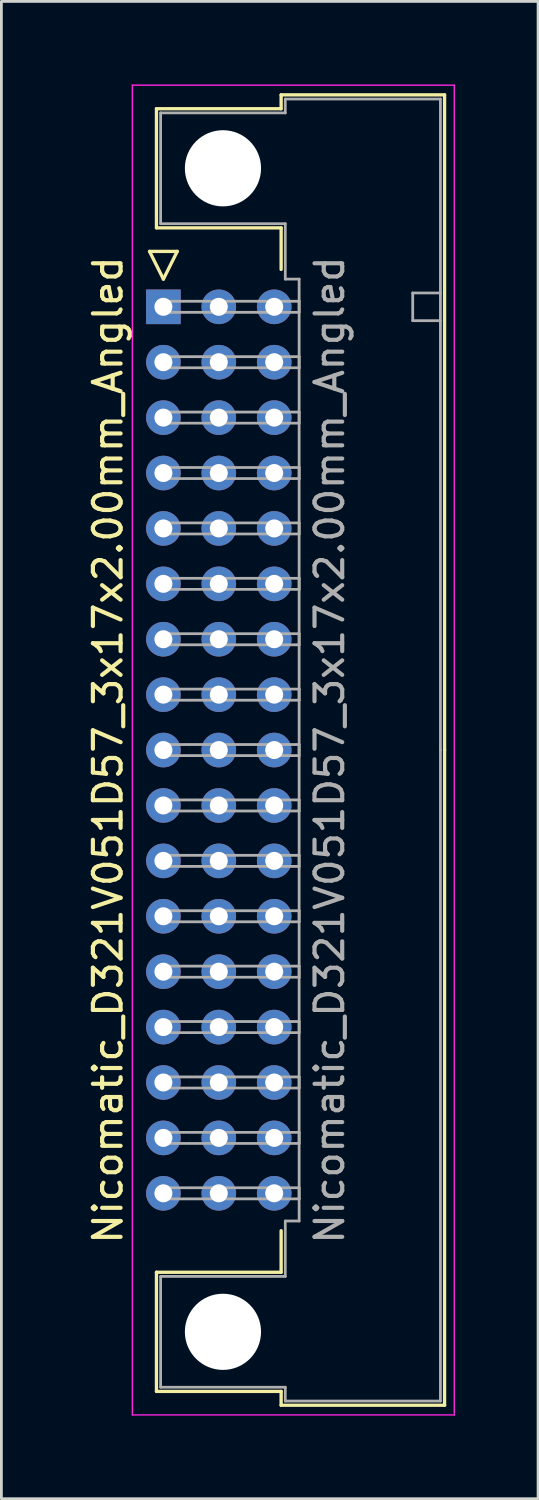
<source format=kicad_pcb>
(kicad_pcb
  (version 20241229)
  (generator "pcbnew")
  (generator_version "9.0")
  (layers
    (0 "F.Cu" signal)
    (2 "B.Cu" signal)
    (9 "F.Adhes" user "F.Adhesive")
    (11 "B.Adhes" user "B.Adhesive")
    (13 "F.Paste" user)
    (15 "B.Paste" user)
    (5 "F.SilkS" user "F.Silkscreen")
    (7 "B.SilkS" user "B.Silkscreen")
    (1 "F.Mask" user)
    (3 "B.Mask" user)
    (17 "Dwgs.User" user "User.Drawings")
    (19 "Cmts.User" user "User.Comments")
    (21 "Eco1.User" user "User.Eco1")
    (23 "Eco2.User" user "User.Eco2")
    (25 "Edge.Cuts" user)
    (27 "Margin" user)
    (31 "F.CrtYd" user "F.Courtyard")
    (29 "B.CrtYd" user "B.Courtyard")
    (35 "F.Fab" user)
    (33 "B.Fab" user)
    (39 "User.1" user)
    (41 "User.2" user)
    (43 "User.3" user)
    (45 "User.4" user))
  (footprint "Nicomatic_D321V051D57_3x17x2.00mm_Angled"
    (layer "F.Cu")
    (at 2.848 8.025)
    (property "Reference" "Nicomatic_D321V051D57_3x17x2.00mm_Angled" (at -2 16 90) (layer "F.SilkS") (effects (font (size 1 1) (thickness 0.15))))
    (attr through_hole)
    (fp_line (start -0.5 -2) (end 0 -1) (stroke (width 0.12) (type solid)) (layer "F.SilkS"))
    (fp_line (start -0.25 -7.15) (end -0.25 -2.85) (stroke (width 0.12) (type solid)) (layer "F.SilkS"))
    (fp_line (start -0.25 -2.85) (end 4.25 -2.85) (stroke (width 0.12) (type solid)) (layer "F.SilkS"))
    (fp_line (start -0.25 34.85) (end 4.25 34.85) (stroke (width 0.12) (type solid)) (layer "F.SilkS"))
    (fp_line (start -0.25 39.15) (end -0.25 34.85) (stroke (width 0.12) (type solid)) (layer "F.SilkS"))
    (fp_line (start 0 -1) (end 0.5 -2) (stroke (width 0.12) (type solid)) (layer "F.SilkS"))
    (fp_line (start 0.5 -2) (end -0.5 -2) (stroke (width 0.12) (type solid)) (layer "F.SilkS"))
    (fp_line (start 4.25 -7.65) (end 4.25 -7.15) (stroke (width 0.12) (type solid)) (layer "F.SilkS"))
    (fp_line (start 4.25 -7.15) (end -0.25 -7.15) (stroke (width 0.12) (type solid)) (layer "F.SilkS"))
    (fp_line (start 4.25 -2.85) (end 4.25 -1.35) (stroke (width 0.12) (type solid)) (layer "F.SilkS"))
    (fp_line (start 4.25 34.85) (end 4.25 33.35) (stroke (width 0.12) (type solid)) (layer "F.SilkS"))
    (fp_line (start 4.25 39.15) (end -0.25 39.15) (stroke (width 0.12) (type solid)) (layer "F.SilkS"))
    (fp_line (start 4.25 39.65) (end 4.25 39.15) (stroke (width 0.12) (type solid)) (layer "F.SilkS"))
    (fp_line (start 10.15 -7.65) (end 4.25 -7.65) (stroke (width 0.12) (type solid)) (layer "F.SilkS"))
    (fp_line (start 10.15 16) (end 10.15 -7.65) (stroke (width 0.12) (type solid)) (layer "F.SilkS"))
    (fp_line (start 10.15 16) (end 10.15 39.65) (stroke (width 0.12) (type solid)) (layer "F.SilkS"))
    (fp_line (start 10.15 39.65) (end 4.25 39.65) (stroke (width 0.12) (type solid)) (layer "F.SilkS"))
    (fp_line (start -1.12 -8) (end -1.12 40) (stroke (width 0.05) (type solid)) (layer "F.CrtYd"))
    (fp_line (start -1.12 40) (end 10.5 40) (stroke (width 0.05) (type solid)) (layer "F.CrtYd"))
    (fp_line (start 10.5 -8) (end -1.12 -8) (stroke (width 0.05) (type solid)) (layer "F.CrtYd"))
    (fp_line (start 10.5 40) (end 10.5 -8) (stroke (width 0.05) (type solid)) (layer "F.CrtYd"))
    (fp_line (start -0.1 -7) (end -0.1 -3) (stroke (width 0.1) (type solid)) (layer "F.Fab"))
    (fp_line (start -0.1 -3) (end 4.4 -3) (stroke (width 0.1) (type solid)) (layer "F.Fab"))
    (fp_line (start -0.1 35) (end 4.4 35) (stroke (width 0.1) (type solid)) (layer "F.Fab"))
    (fp_line (start -0.1 39) (end -0.1 35) (stroke (width 0.1) (type solid)) (layer "F.Fab"))
    (fp_line (start 0 -0.2) (end 0 0.2) (stroke (width 0.1) (type solid)) (layer "F.Fab"))
    (fp_line (start 0 0.2) (end 4.9 0.2) (stroke (width 0.1) (type solid)) (layer "F.Fab"))
    (fp_line (start 0 1.8) (end 0 2.2) (stroke (width 0.1) (type solid)) (layer "F.Fab"))
    (fp_line (start 0 2.2) (end 4.9 2.2) (stroke (width 0.1) (type solid)) (layer "F.Fab"))
    (fp_line (start 0 3.8) (end 0 4.2) (stroke (width 0.1) (type solid)) (layer "F.Fab"))
    (fp_line (start 0 4.2) (end 4.9 4.2) (stroke (width 0.1) (type solid)) (layer "F.Fab"))
    (fp_line (start 0 5.8) (end 0 6.2) (stroke (width 0.1) (type solid)) (layer "F.Fab"))
    (fp_line (start 0 6.2) (end 4.9 6.2) (stroke (width 0.1) (type solid)) (layer "F.Fab"))
    (fp_line (start 0 7.8) (end 0 8.2) (stroke (width 0.1) (type solid)) (layer "F.Fab"))
    (fp_line (start 0 8.2) (end 4.9 8.2) (stroke (width 0.1) (type solid)) (layer "F.Fab"))
    (fp_line (start 0 9.8) (end 0 10.2) (stroke (width 0.1) (type solid)) (layer "F.Fab"))
    (fp_line (start 0 10.2) (end 4.9 10.2) (stroke (width 0.1) (type solid)) (layer "F.Fab"))
    (fp_line (start 0 11.8) (end 0 12.2) (stroke (width 0.1) (type solid)) (layer "F.Fab"))
    (fp_line (start 0 12.2) (end 4.9 12.2) (stroke (width 0.1) (type solid)) (layer "F.Fab"))
    (fp_line (start 0 13.8) (end 0 14.2) (stroke (width 0.1) (type solid)) (layer "F.Fab"))
    (fp_line (start 0 14.2) (end 4.9 14.2) (stroke (width 0.1) (type solid)) (layer "F.Fab"))
    (fp_line (start 0 15.8) (end 0 16.2) (stroke (width 0.1) (type solid)) (layer "F.Fab"))
    (fp_line (start 0 16.2) (end 4.9 16.2) (stroke (width 0.1) (type solid)) (layer "F.Fab"))
    (fp_line (start 0 17.8) (end 0 18.2) (stroke (width 0.1) (type solid)) (layer "F.Fab"))
    (fp_line (start 0 18.2) (end 4.9 18.2) (stroke (width 0.1) (type solid)) (layer "F.Fab"))
    (fp_line (start 0 19.8) (end 0 20.2) (stroke (width 0.1) (type solid)) (layer "F.Fab"))
    (fp_line (start 0 20.2) (end 4.9 20.2) (stroke (width 0.1) (type solid)) (layer "F.Fab"))
    (fp_line (start 0 21.8) (end 0 22.2) (stroke (width 0.1) (type solid)) (layer "F.Fab"))
    (fp_line (start 0 22.2) (end 4.9 22.2) (stroke (width 0.1) (type solid)) (layer "F.Fab"))
    (fp_line (start 0 23.8) (end 0 24.2) (stroke (width 0.1) (type solid)) (layer "F.Fab"))
    (fp_line (start 0 24.2) (end 4.9 24.2) (stroke (width 0.1) (type solid)) (layer "F.Fab"))
    (fp_line (start 0 25.8) (end 0 26.2) (stroke (width 0.1) (type solid)) (layer "F.Fab"))
    (fp_line (start 0 26.2) (end 4.9 26.2) (stroke (width 0.1) (type solid)) (layer "F.Fab"))
    (fp_line (start 0 27.8) (end 0 28.2) (stroke (width 0.1) (type solid)) (layer "F.Fab"))
    (fp_line (start 0 28.2) (end 4.9 28.2) (stroke (width 0.1) (type solid)) (layer "F.Fab"))
    (fp_line (start 0 29.8) (end 0 30.2) (stroke (width 0.1) (type solid)) (layer "F.Fab"))
    (fp_line (start 0 30.2) (end 4.9 30.2) (stroke (width 0.1) (type solid)) (layer "F.Fab"))
    (fp_line (start 0 31.8) (end 0 32.2) (stroke (width 0.1) (type solid)) (layer "F.Fab"))
    (fp_line (start 0 32.2) (end 4.9 32.2) (stroke (width 0.1) (type solid)) (layer "F.Fab"))
    (fp_line (start 4.4 -7.5) (end 4.4 -7) (stroke (width 0.1) (type solid)) (layer "F.Fab"))
    (fp_line (start 4.4 -7) (end -0.1 -7) (stroke (width 0.1) (type solid)) (layer "F.Fab"))
    (fp_line (start 4.4 -3) (end 4.4 -1) (stroke (width 0.1) (type solid)) (layer "F.Fab"))
    (fp_line (start 4.4 -1) (end 4.9 -1) (stroke (width 0.1) (type solid)) (layer "F.Fab"))
    (fp_line (start 4.4 33) (end 4.9 33) (stroke (width 0.1) (type solid)) (layer "F.Fab"))
    (fp_line (start 4.4 35) (end 4.4 33) (stroke (width 0.1) (type solid)) (layer "F.Fab"))
    (fp_line (start 4.4 39) (end -0.1 39) (stroke (width 0.1) (type solid)) (layer "F.Fab"))
    (fp_line (start 4.4 39.5) (end 4.4 39) (stroke (width 0.1) (type solid)) (layer "F.Fab"))
    (fp_line (start 4.9 -1) (end 4.9 16) (stroke (width 0.1) (type solid)) (layer "F.Fab"))
    (fp_line (start 4.9 -0.2) (end 0 -0.2) (stroke (width 0.1) (type solid)) (layer "F.Fab"))
    (fp_line (start 4.9 0.2) (end 4.9 -0.2) (stroke (width 0.1) (type solid)) (layer "F.Fab"))
    (fp_line (start 4.9 1.8) (end 0 1.8) (stroke (width 0.1) (type solid)) (layer "F.Fab"))
    (fp_line (start 4.9 2.2) (end 4.9 1.8) (stroke (width 0.1) (type solid)) (layer "F.Fab"))
    (fp_line (start 4.9 3.8) (end 0 3.8) (stroke (width 0.1) (type solid)) (layer "F.Fab"))
    (fp_line (start 4.9 4.2) (end 4.9 3.8) (stroke (width 0.1) (type solid)) (layer "F.Fab"))
    (fp_line (start 4.9 5.8) (end 0 5.8) (stroke (width 0.1) (type solid)) (layer "F.Fab"))
    (fp_line (start 4.9 6.2) (end 4.9 5.8) (stroke (width 0.1) (type solid)) (layer "F.Fab"))
    (fp_line (start 4.9 7.8) (end 0 7.8) (stroke (width 0.1) (type solid)) (layer "F.Fab"))
    (fp_line (start 4.9 8.2) (end 4.9 7.8) (stroke (width 0.1) (type solid)) (layer "F.Fab"))
    (fp_line (start 4.9 9.8) (end 0 9.8) (stroke (width 0.1) (type solid)) (layer "F.Fab"))
    (fp_line (start 4.9 10.2) (end 4.9 9.8) (stroke (width 0.1) (type solid)) (layer "F.Fab"))
    (fp_line (start 4.9 11.8) (end 0 11.8) (stroke (width 0.1) (type solid)) (layer "F.Fab"))
    (fp_line (start 4.9 12.2) (end 4.9 11.8) (stroke (width 0.1) (type solid)) (layer "F.Fab"))
    (fp_line (start 4.9 13.8) (end 0 13.8) (stroke (width 0.1) (type solid)) (layer "F.Fab"))
    (fp_line (start 4.9 14.2) (end 4.9 13.8) (stroke (width 0.1) (type solid)) (layer "F.Fab"))
    (fp_line (start 4.9 15.8) (end 0 15.8) (stroke (width 0.1) (type solid)) (layer "F.Fab"))
    (fp_line (start 4.9 16.2) (end 4.9 15.8) (stroke (width 0.1) (type solid)) (layer "F.Fab"))
    (fp_line (start 4.9 17.8) (end 0 17.8) (stroke (width 0.1) (type solid)) (layer "F.Fab"))
    (fp_line (start 4.9 18.2) (end 4.9 17.8) (stroke (width 0.1) (type solid)) (layer "F.Fab"))
    (fp_line (start 4.9 19.8) (end 0 19.8) (stroke (width 0.1) (type solid)) (layer "F.Fab"))
    (fp_line (start 4.9 20.2) (end 4.9 19.8) (stroke (width 0.1) (type solid)) (layer "F.Fab"))
    (fp_line (start 4.9 21.8) (end 0 21.8) (stroke (width 0.1) (type solid)) (layer "F.Fab"))
    (fp_line (start 4.9 22.2) (end 4.9 21.8) (stroke (width 0.1) (type solid)) (layer "F.Fab"))
    (fp_line (start 4.9 23.8) (end 0 23.8) (stroke (width 0.1) (type solid)) (layer "F.Fab"))
    (fp_line (start 4.9 24.2) (end 4.9 23.8) (stroke (width 0.1) (type solid)) (layer "F.Fab"))
    (fp_line (start 4.9 25.8) (end 0 25.8) (stroke (width 0.1) (type solid)) (layer "F.Fab"))
    (fp_line (start 4.9 26.2) (end 4.9 25.8) (stroke (width 0.1) (type solid)) (layer "F.Fab"))
    (fp_line (start 4.9 27.8) (end 0 27.8) (stroke (width 0.1) (type solid)) (layer "F.Fab"))
    (fp_line (start 4.9 28.2) (end 4.9 27.8) (stroke (width 0.1) (type solid)) (layer "F.Fab"))
    (fp_line (start 4.9 29.8) (end 0 29.8) (stroke (width 0.1) (type solid)) (layer "F.Fab"))
    (fp_line (start 4.9 30.2) (end 4.9 29.8) (stroke (width 0.1) (type solid)) (layer "F.Fab"))
    (fp_line (start 4.9 31.8) (end 0 31.8) (stroke (width 0.1) (type solid)) (layer "F.Fab"))
    (fp_line (start 4.9 32.2) (end 4.9 31.8) (stroke (width 0.1) (type solid)) (layer "F.Fab"))
    (fp_line (start 4.9 33) (end 4.9 16) (stroke (width 0.1) (type solid)) (layer "F.Fab"))
    (fp_line (start 9 -0.5) (end 9 0.5) (stroke (width 0.1) (type solid)) (layer "F.Fab"))
    (fp_line (start 9 0.5) (end 10 0.5) (stroke (width 0.1) (type solid)) (layer "F.Fab"))
    (fp_line (start 10 -7.5) (end 4.4 -7.5) (stroke (width 0.1) (type solid)) (layer "F.Fab"))
    (fp_line (start 10 -0.5) (end 9 -0.5) (stroke (width 0.1) (type solid)) (layer "F.Fab"))
    (fp_line (start 10 16) (end 10 -7.5) (stroke (width 0.1) (type solid)) (layer "F.Fab"))
    (fp_line (start 10 16) (end 10 39.5) (stroke (width 0.1) (type solid)) (layer "F.Fab"))
    (fp_line (start 10 39.5) (end 4.4 39.5) (stroke (width 0.1) (type solid)) (layer "F.Fab"))
    (fp_text user "${REFERENCE}" (at 6 16 90) (layer "F.Fab") (effects (font (size 1 1) (thickness 0.15))))
    (pad "" np_thru_hole circle (at 2.15 -5) (size 2.75 2.75) (drill 2.75) (layers "*.Cu" "*.Mask"))
    (pad "" np_thru_hole circle (at 2.15 37) (size 2.75 2.75) (drill 2.75) (layers "*.Cu" "*.Mask"))
    (pad "1" thru_hole rect (at 0 0) (size 1.25 1.25) (drill 0.65) (layers "*.Cu" "*.Mask"))
    (pad "2" thru_hole oval (at 0 2) (size 1.25 1.25) (drill 0.65) (layers "*.Cu" "*.Mask"))
    (pad "3" thru_hole oval (at 0 4) (size 1.25 1.25) (drill 0.65) (layers "*.Cu" "*.Mask"))
    (pad "4" thru_hole oval (at 0 6) (size 1.25 1.25) (drill 0.65) (layers "*.Cu" "*.Mask"))
    (pad "5" thru_hole oval (at 0 8) (size 1.25 1.25) (drill 0.65) (layers "*.Cu" "*.Mask"))
    (pad "6" thru_hole oval (at 0 10) (size 1.25 1.25) (drill 0.65) (layers "*.Cu" "*.Mask"))
    (pad "7" thru_hole oval (at 0 12) (size 1.25 1.25) (drill 0.65) (layers "*.Cu" "*.Mask"))
    (pad "8" thru_hole oval (at 0 14) (size 1.25 1.25) (drill 0.65) (layers "*.Cu" "*.Mask"))
    (pad "9" thru_hole oval (at 0 16) (size 1.25 1.25) (drill 0.65) (layers "*.Cu" "*.Mask"))
    (pad "10" thru_hole oval (at 0 18) (size 1.25 1.25) (drill 0.65) (layers "*.Cu" "*.Mask"))
    (pad "11" thru_hole oval (at 0 20) (size 1.25 1.25) (drill 0.65) (layers "*.Cu" "*.Mask"))
    (pad "12" thru_hole oval (at 0 22) (size 1.25 1.25) (drill 0.65) (layers "*.Cu" "*.Mask"))
    (pad "13" thru_hole oval (at 0 24) (size 1.25 1.25) (drill 0.65) (layers "*.Cu" "*.Mask"))
    (pad "14" thru_hole oval (at 0 26) (size 1.25 1.25) (drill 0.65) (layers "*.Cu" "*.Mask"))
    (pad "15" thru_hole oval (at 0 28) (size 1.25 1.25) (drill 0.65) (layers "*.Cu" "*.Mask"))
    (pad "16" thru_hole oval (at 0 30) (size 1.25 1.25) (drill 0.65) (layers "*.Cu" "*.Mask"))
    (pad "17" thru_hole oval (at 0 32) (size 1.25 1.25) (drill 0.65) (layers "*.Cu" "*.Mask"))
    (pad "18" thru_hole oval (at 2 0) (size 1.25 1.25) (drill 0.65) (layers "*.Cu" "*.Mask"))
    (pad "19" thru_hole oval (at 2 2) (size 1.25 1.25) (drill 0.65) (layers "*.Cu" "*.Mask"))
    (pad "20" thru_hole oval (at 2 4) (size 1.25 1.25) (drill 0.65) (layers "*.Cu" "*.Mask"))
    (pad "21" thru_hole oval (at 2 6) (size 1.25 1.25) (drill 0.65) (layers "*.Cu" "*.Mask"))
    (pad "22" thru_hole oval (at 2 8) (size 1.25 1.25) (drill 0.65) (layers "*.Cu" "*.Mask"))
    (pad "23" thru_hole oval (at 2 10) (size 1.25 1.25) (drill 0.65) (layers "*.Cu" "*.Mask"))
    (pad "24" thru_hole oval (at 2 12) (size 1.25 1.25) (drill 0.65) (layers "*.Cu" "*.Mask"))
    (pad "25" thru_hole oval (at 2 14) (size 1.25 1.25) (drill 0.65) (layers "*.Cu" "*.Mask"))
    (pad "26" thru_hole oval (at 2 16) (size 1.25 1.25) (drill 0.65) (layers "*.Cu" "*.Mask"))
    (pad "27" thru_hole oval (at 2 18) (size 1.25 1.25) (drill 0.65) (layers "*.Cu" "*.Mask"))
    (pad "28" thru_hole oval (at 2 20) (size 1.25 1.25) (drill 0.65) (layers "*.Cu" "*.Mask"))
    (pad "29" thru_hole oval (at 2 22) (size 1.25 1.25) (drill 0.65) (layers "*.Cu" "*.Mask"))
    (pad "30" thru_hole oval (at 2 24) (size 1.25 1.25) (drill 0.65) (layers "*.Cu" "*.Mask"))
    (pad "31" thru_hole oval (at 2 26) (size 1.25 1.25) (drill 0.65) (layers "*.Cu" "*.Mask"))
    (pad "32" thru_hole oval (at 2 28) (size 1.25 1.25) (drill 0.65) (layers "*.Cu" "*.Mask"))
    (pad "33" thru_hole oval (at 2 30) (size 1.25 1.25) (drill 0.65) (layers "*.Cu" "*.Mask"))
    (pad "34" thru_hole oval (at 2 32) (size 1.25 1.25) (drill 0.65) (layers "*.Cu" "*.Mask"))
    (pad "35" thru_hole oval (at 4 0) (size 1.25 1.25) (drill 0.65) (layers "*.Cu" "*.Mask"))
    (pad "36" thru_hole oval (at 4 2) (size 1.25 1.25) (drill 0.65) (layers "*.Cu" "*.Mask"))
    (pad "37" thru_hole oval (at 4 4) (size 1.25 1.25) (drill 0.65) (layers "*.Cu" "*.Mask"))
    (pad "38" thru_hole oval (at 4 6) (size 1.25 1.25) (drill 0.65) (layers "*.Cu" "*.Mask"))
    (pad "39" thru_hole oval (at 4 8) (size 1.25 1.25) (drill 0.65) (layers "*.Cu" "*.Mask"))
    (pad "40" thru_hole oval (at 4 10) (size 1.25 1.25) (drill 0.65) (layers "*.Cu" "*.Mask"))
    (pad "41" thru_hole oval (at 4 12) (size 1.25 1.25) (drill 0.65) (layers "*.Cu" "*.Mask"))
    (pad "42" thru_hole oval (at 4 14) (size 1.25 1.25) (drill 0.65) (layers "*.Cu" "*.Mask"))
    (pad "43" thru_hole oval (at 4 16) (size 1.25 1.25) (drill 0.65) (layers "*.Cu" "*.Mask"))
    (pad "44" thru_hole oval (at 4 18) (size 1.25 1.25) (drill 0.65) (layers "*.Cu" "*.Mask"))
    (pad "45" thru_hole oval (at 4 20) (size 1.25 1.25) (drill 0.65) (layers "*.Cu" "*.Mask"))
    (pad "46" thru_hole oval (at 4 22) (size 1.25 1.25) (drill 0.65) (layers "*.Cu" "*.Mask"))
    (pad "47" thru_hole oval (at 4 24) (size 1.25 1.25) (drill 0.65) (layers "*.Cu" "*.Mask"))
    (pad "48" thru_hole oval (at 4 26) (size 1.25 1.25) (drill 0.65) (layers "*.Cu" "*.Mask"))
    (pad "49" thru_hole oval (at 4 28) (size 1.25 1.25) (drill 0.65) (layers "*.Cu" "*.Mask"))
    (pad "50" thru_hole oval (at 4 30) (size 1.25 1.25) (drill 0.65) (layers "*.Cu" "*.Mask"))
    (pad "51" thru_hole oval (at 4 32) (size 1.25 1.25) (drill 0.65) (layers "*.Cu" "*.Mask")))
  (gr_rect
    (start -3 -3)
    (end 16.373 51.05)
    (stroke (width 0.1) (type default))
    (fill no)
    (layer "Edge.Cuts")))
</source>
